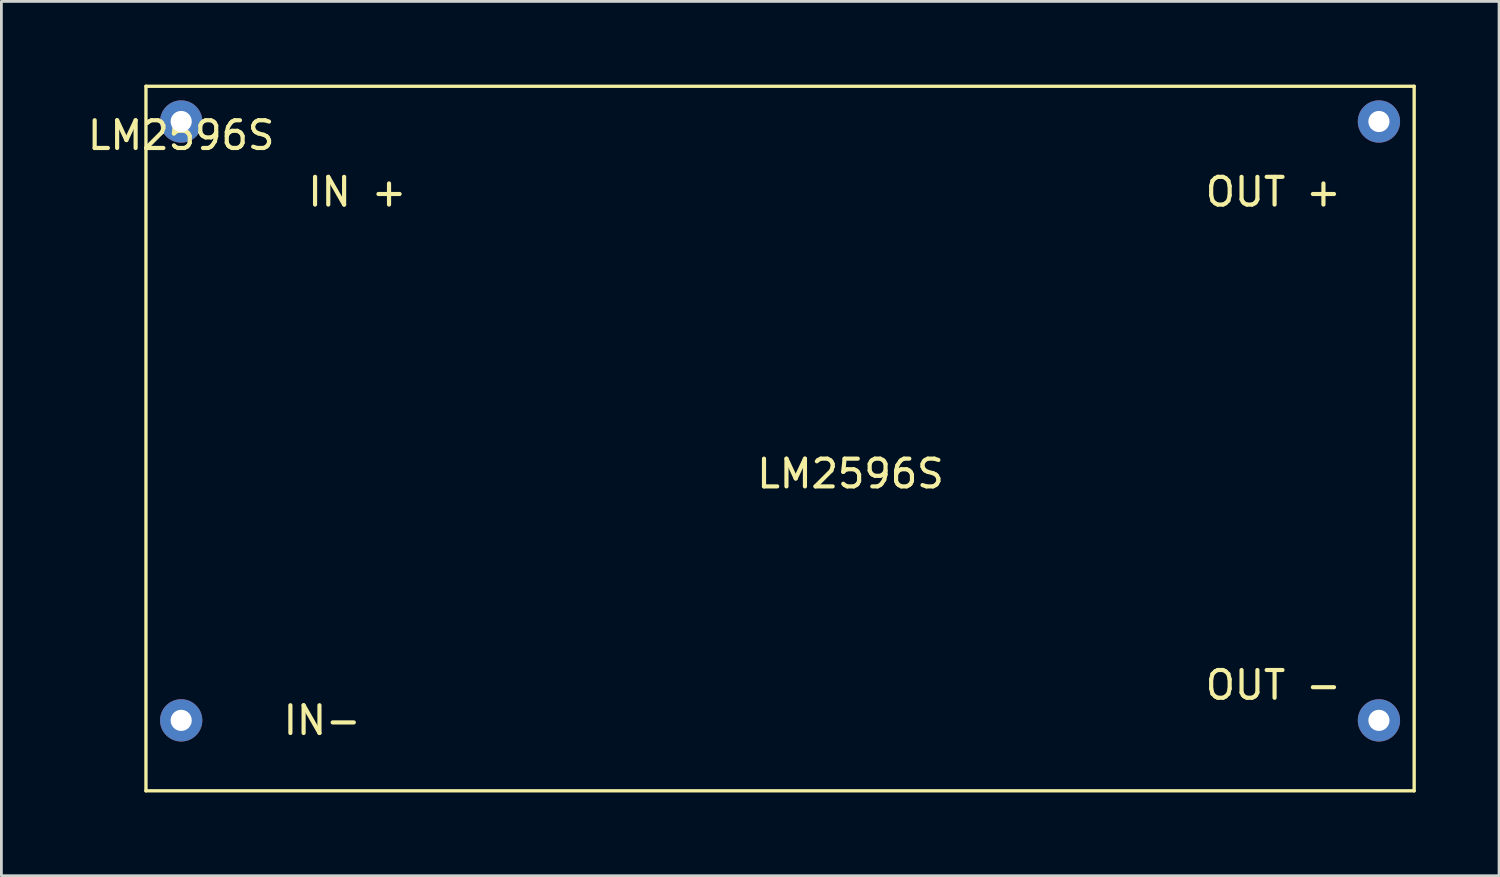
<source format=kicad_pcb>
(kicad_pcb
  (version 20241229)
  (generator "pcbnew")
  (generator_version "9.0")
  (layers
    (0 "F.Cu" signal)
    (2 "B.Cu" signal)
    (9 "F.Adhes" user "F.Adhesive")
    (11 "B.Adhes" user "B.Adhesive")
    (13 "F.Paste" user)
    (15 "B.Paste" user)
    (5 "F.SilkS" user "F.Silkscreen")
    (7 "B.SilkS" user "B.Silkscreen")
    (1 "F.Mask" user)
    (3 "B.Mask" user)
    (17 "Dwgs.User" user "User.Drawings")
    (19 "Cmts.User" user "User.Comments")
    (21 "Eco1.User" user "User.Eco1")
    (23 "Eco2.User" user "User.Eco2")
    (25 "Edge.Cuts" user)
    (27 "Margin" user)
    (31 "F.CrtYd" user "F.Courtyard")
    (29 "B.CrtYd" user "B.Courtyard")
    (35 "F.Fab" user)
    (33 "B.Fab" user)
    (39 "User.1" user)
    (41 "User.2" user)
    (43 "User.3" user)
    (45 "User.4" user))
  (footprint "LM2596S"
    (layer "F.Cu")
    (at 3.482 1.33)
    (property "Reference" "LM2596S" (at 0 0.5 0) (layer "F.SilkS") (effects (font (size 1 1) (thickness 0.15))))
    (attr through_hole)
    (fp_line (start -1.27 -1.27) (end 44.45 -1.27) (stroke (width 0.12) (type solid)) (layer "F.SilkS"))
    (fp_line (start -1.27 24.13) (end -1.27 -1.27) (stroke (width 0.12) (type solid)) (layer "F.SilkS"))
    (fp_line (start 44.45 -1.27) (end 44.45 24.13) (stroke (width 0.12) (type solid)) (layer "F.SilkS"))
    (fp_line (start 44.45 24.13) (end -1.27 24.13) (stroke (width 0.12) (type solid)) (layer "F.SilkS"))
    (fp_text user "OUT -" (at 39.37 20.32 0) (layer "F.SilkS") (effects (font (size 1 1) (thickness 0.15))))
    (fp_text user "LM2596S" (at 24.13 12.7 0) (layer "F.SilkS") (effects (font (size 1 1) (thickness 0.15))))
    (fp_text user "IN-" (at 5.08 21.59 0) (layer "F.SilkS") (effects (font (size 1 1) (thickness 0.15))))
    (fp_text user "IN +" (at 6.35 2.54 0) (layer "F.SilkS") (effects (font (size 1 1) (thickness 0.15))))
    (fp_text user "OUT +" (at 39.37 2.54 0) (layer "F.SilkS") (effects (font (size 1 1) (thickness 0.15))))
    (pad "1" thru_hole circle (at 43.18 0) (size 1.524 1.524) (drill 0.762) (layers "*.Cu" "*.Mask"))
    (pad "2" thru_hole circle (at 0 0) (size 1.524 1.524) (drill 0.762) (layers "*.Cu" "*.Mask"))
    (pad "3" thru_hole circle (at 0 21.59) (size 1.524 1.524) (drill 0.762) (layers "*.Cu" "*.Mask"))
    (pad "4" thru_hole circle (at 43.18 21.59) (size 1.524 1.524) (drill 0.762) (layers "*.Cu" "*.Mask")))
  (gr_rect
    (start -3 -3)
    (end 50.992 28.52)
    (stroke (width 0.1) (type default))
    (fill no)
    (layer "Edge.Cuts")))
</source>
